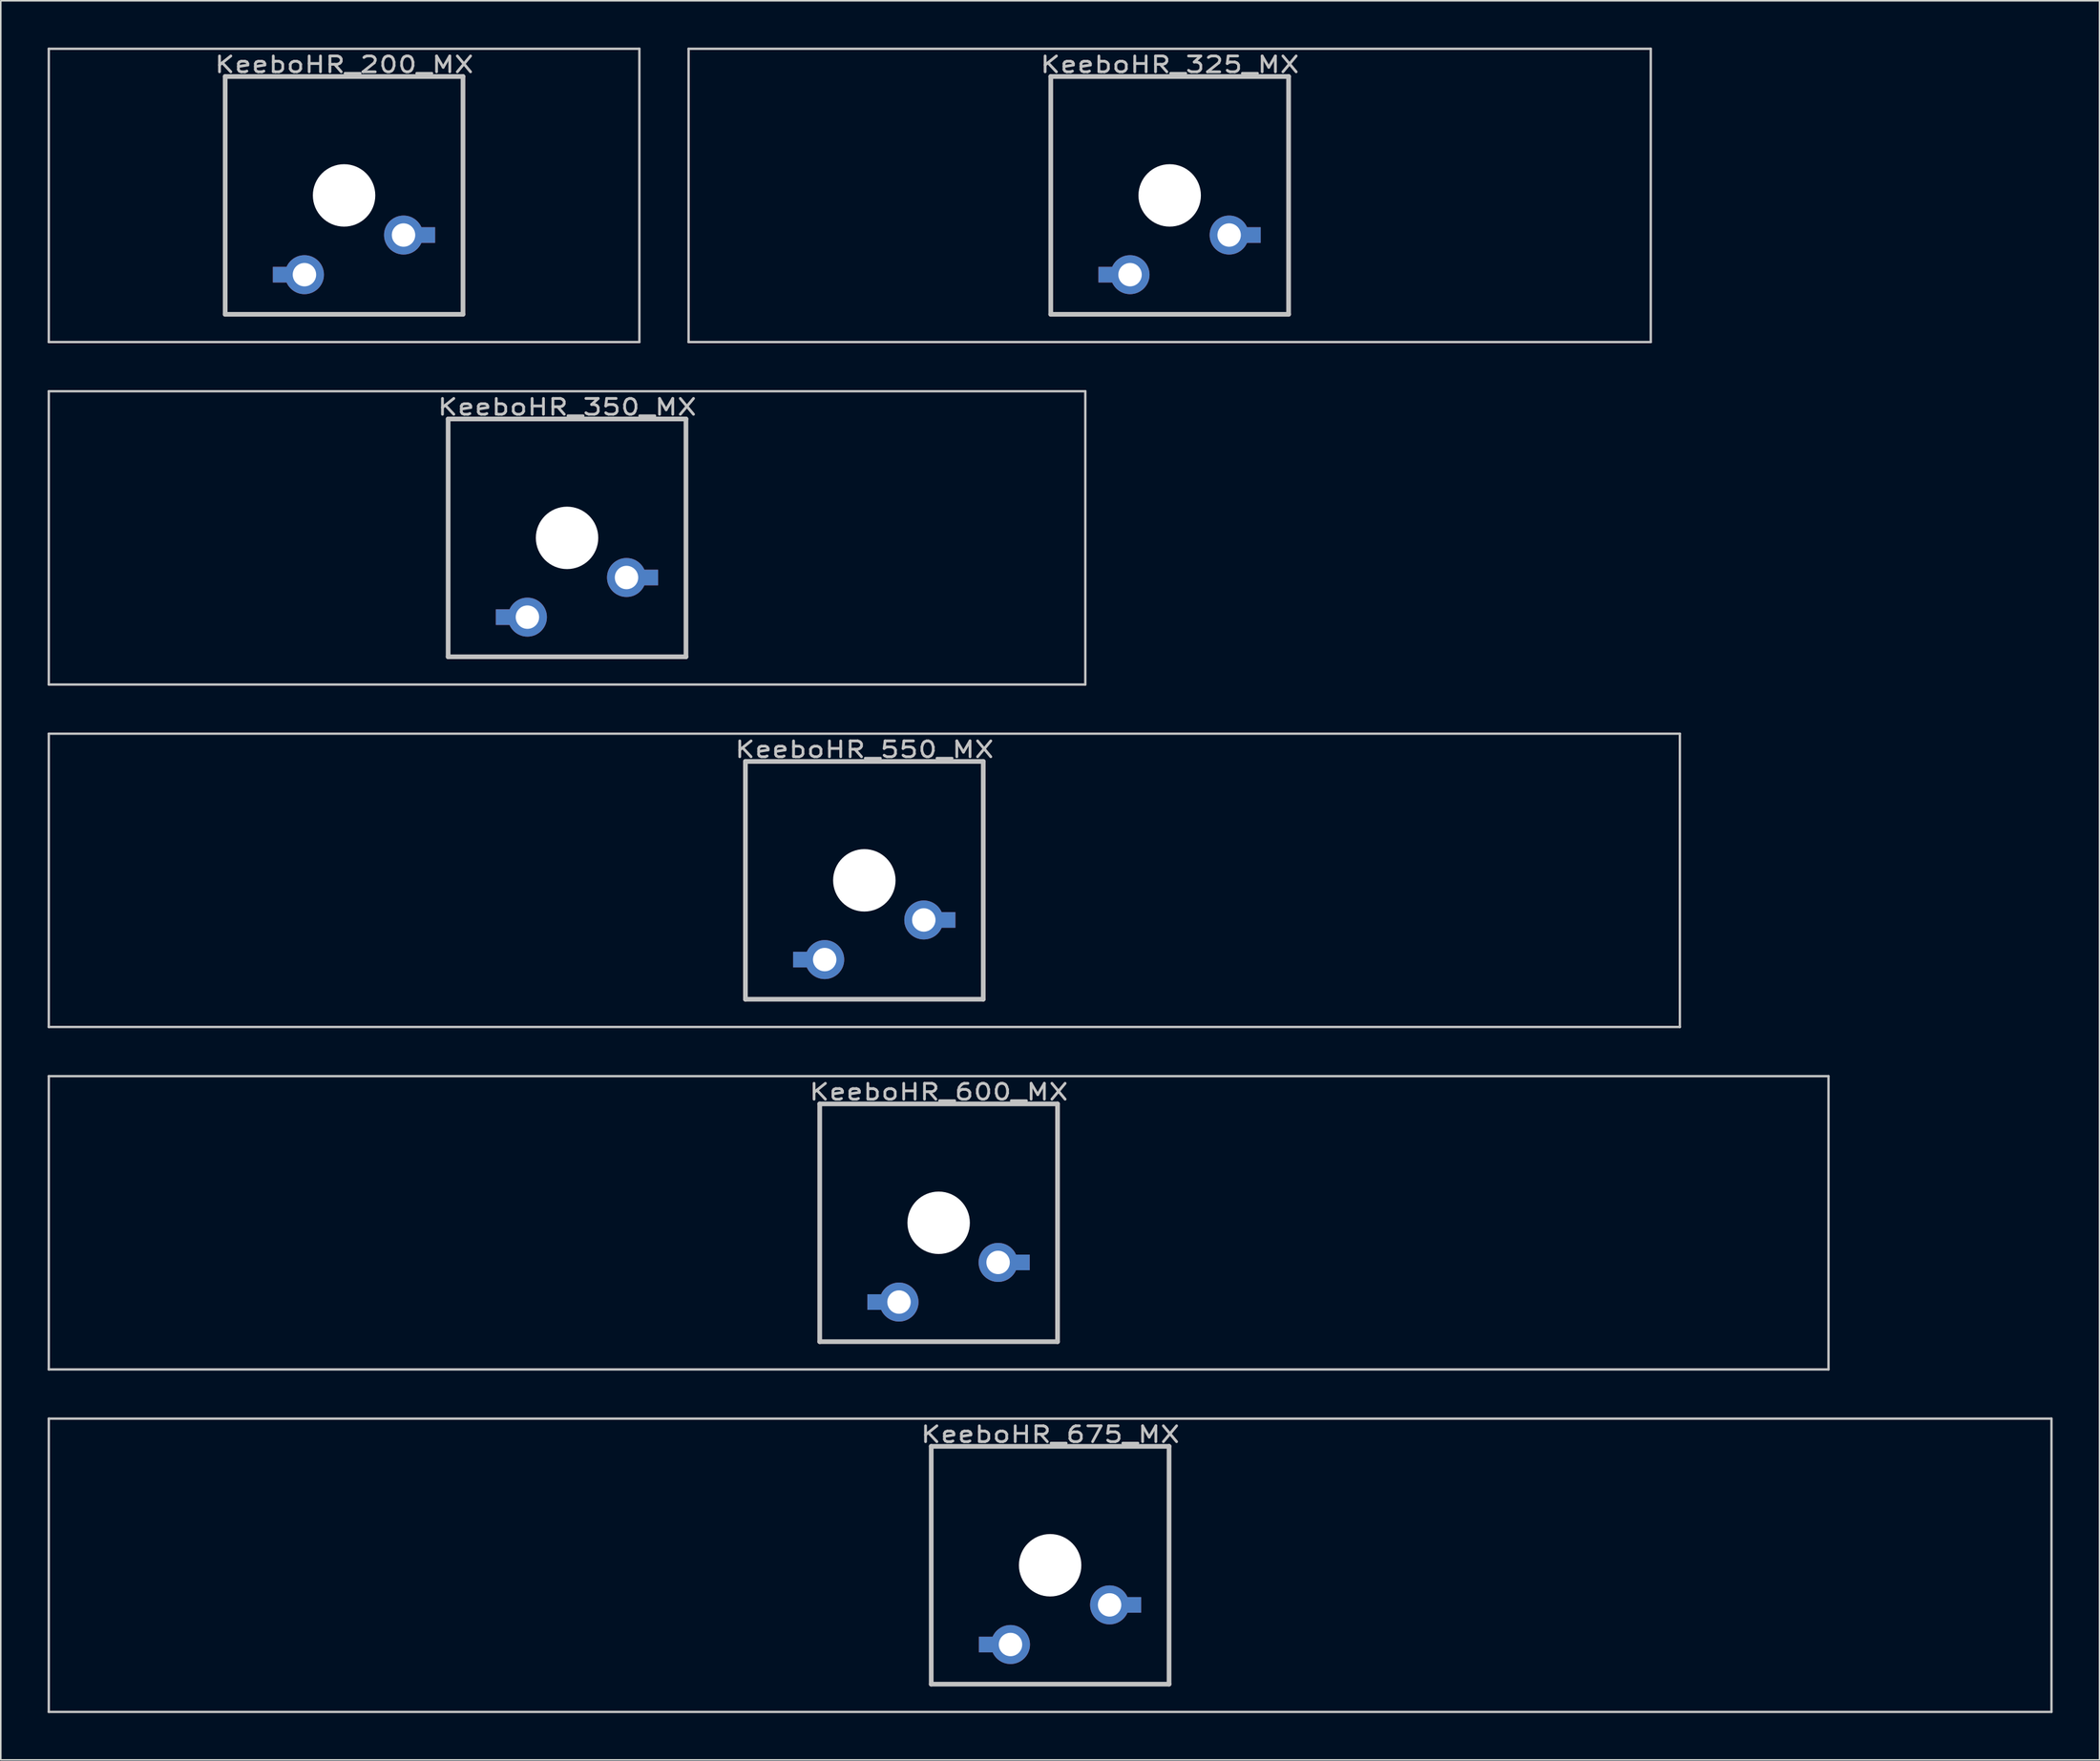
<source format=kicad_pcb>
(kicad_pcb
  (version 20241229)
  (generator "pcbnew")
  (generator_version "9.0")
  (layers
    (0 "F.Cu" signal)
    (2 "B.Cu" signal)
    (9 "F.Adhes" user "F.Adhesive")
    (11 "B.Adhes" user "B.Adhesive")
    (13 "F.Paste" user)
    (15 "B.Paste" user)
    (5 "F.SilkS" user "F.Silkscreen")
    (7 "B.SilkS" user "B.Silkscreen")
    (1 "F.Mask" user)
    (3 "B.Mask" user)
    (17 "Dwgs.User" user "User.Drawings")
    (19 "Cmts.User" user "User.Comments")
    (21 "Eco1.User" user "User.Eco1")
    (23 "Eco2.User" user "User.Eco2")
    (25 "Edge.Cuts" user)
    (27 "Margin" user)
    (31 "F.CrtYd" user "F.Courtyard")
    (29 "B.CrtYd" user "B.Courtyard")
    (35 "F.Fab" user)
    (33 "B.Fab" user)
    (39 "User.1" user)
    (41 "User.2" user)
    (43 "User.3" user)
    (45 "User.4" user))
  (footprint "KeeboHR_200_MX"
    (layer "F.Cu")
    (at 18.999 9.474)
    (property "Reference" "KeeboHR_200_MX" (at 0 -8.382 0) (layer "Dwgs.User") (effects (font (size 1.016 1.27) (thickness 0.178))))
    (attr through_hole)
    (fp_line (start -18.923 -9.398) (end 18.923 -9.398) (stroke (width 0.152) (type solid)) (layer "Dwgs.User"))
    (fp_line (start -18.923 9.398) (end -18.923 -9.398) (stroke (width 0.152) (type solid)) (layer "Dwgs.User"))
    (fp_line (start -7.62 -7.62) (end 7.62 -7.62) (stroke (width 0.3) (type solid)) (layer "Dwgs.User"))
    (fp_line (start -7.62 7.62) (end -7.62 -7.62) (stroke (width 0.3) (type solid)) (layer "Dwgs.User"))
    (fp_line (start 7.62 -7.62) (end 7.62 7.62) (stroke (width 0.3) (type solid)) (layer "Dwgs.User"))
    (fp_line (start 7.62 7.62) (end -7.62 7.62) (stroke (width 0.3) (type solid)) (layer "Dwgs.User"))
    (fp_line (start 18.923 -9.398) (end 18.923 9.398) (stroke (width 0.152) (type solid)) (layer "Dwgs.User"))
    (fp_line (start 18.923 9.398) (end -18.923 9.398) (stroke (width 0.152) (type solid)) (layer "Dwgs.User"))
    (pad "" np_thru_hole circle (at 0 0) (size 4 4) (drill 4) (layers "*.Cu" "*.Mask"))
    (pad "1" thru_hole circle (at 3.81 2.54) (size 2.5 2.5) (drill 1.5) (layers "*.Cu" "*.Mask"))
    (pad "1" smd rect (at 5.334 2.54) (size 1 1) (layers "*.Cu" "*.Mask"))
    (pad "2" smd rect (at -4.064 5.08) (size 1 1) (layers "*.Cu" "*.Mask"))
    (pad "2" thru_hole circle (at -2.54 5.08) (size 2.5 2.5) (drill 1.5) (layers "*.Cu" "*.Mask")))
  (footprint "KeeboHR_325_MX"
    (layer "F.Cu")
    (at 71.904 9.474)
    (property "Reference" "KeeboHR_325_MX" (at 0 -8.382 0) (layer "Dwgs.User") (effects (font (size 1.016 1.27) (thickness 0.178))))
    (attr through_hole)
    (fp_line (start -30.829 -9.398) (end 30.829 -9.398) (stroke (width 0.152) (type solid)) (layer "Dwgs.User"))
    (fp_line (start -30.829 9.398) (end -30.829 -9.398) (stroke (width 0.152) (type solid)) (layer "Dwgs.User"))
    (fp_line (start -7.62 -7.62) (end 7.62 -7.62) (stroke (width 0.3) (type solid)) (layer "Dwgs.User"))
    (fp_line (start -7.62 7.62) (end -7.62 -7.62) (stroke (width 0.3) (type solid)) (layer "Dwgs.User"))
    (fp_line (start 7.62 -7.62) (end 7.62 7.62) (stroke (width 0.3) (type solid)) (layer "Dwgs.User"))
    (fp_line (start 7.62 7.62) (end -7.62 7.62) (stroke (width 0.3) (type solid)) (layer "Dwgs.User"))
    (fp_line (start 30.829 -9.398) (end 30.829 9.398) (stroke (width 0.152) (type solid)) (layer "Dwgs.User"))
    (fp_line (start 30.829 9.398) (end -30.829 9.398) (stroke (width 0.152) (type solid)) (layer "Dwgs.User"))
    (pad "" np_thru_hole circle (at 0 0) (size 4 4) (drill 4) (layers "*.Cu" "*.Mask"))
    (pad "1" thru_hole circle (at 3.81 2.54) (size 2.5 2.5) (drill 1.5) (layers "*.Cu" "*.Mask"))
    (pad "1" smd rect (at 5.334 2.54) (size 1 1) (layers "*.Cu" "*.Mask"))
    (pad "2" smd rect (at -4.064 5.08) (size 1 1) (layers "*.Cu" "*.Mask"))
    (pad "2" thru_hole circle (at -2.54 5.08) (size 2.5 2.5) (drill 1.5) (layers "*.Cu" "*.Mask")))
  (footprint "KeeboHR_350_MX"
    (layer "F.Cu")
    (at 33.287 31.423)
    (property "Reference" "KeeboHR_350_MX" (at 0 -8.382 0) (layer "Dwgs.User") (effects (font (size 1.016 1.27) (thickness 0.178))))
    (attr through_hole)
    (fp_line (start -33.211 -9.398) (end 33.211 -9.398) (stroke (width 0.152) (type solid)) (layer "Dwgs.User"))
    (fp_line (start -33.211 9.398) (end -33.211 -9.398) (stroke (width 0.152) (type solid)) (layer "Dwgs.User"))
    (fp_line (start -7.62 -7.62) (end 7.62 -7.62) (stroke (width 0.3) (type solid)) (layer "Dwgs.User"))
    (fp_line (start -7.62 7.62) (end -7.62 -7.62) (stroke (width 0.3) (type solid)) (layer "Dwgs.User"))
    (fp_line (start 7.62 -7.62) (end 7.62 7.62) (stroke (width 0.3) (type solid)) (layer "Dwgs.User"))
    (fp_line (start 7.62 7.62) (end -7.62 7.62) (stroke (width 0.3) (type solid)) (layer "Dwgs.User"))
    (fp_line (start 33.211 -9.398) (end 33.211 9.398) (stroke (width 0.152) (type solid)) (layer "Dwgs.User"))
    (fp_line (start 33.211 9.398) (end -33.211 9.398) (stroke (width 0.152) (type solid)) (layer "Dwgs.User"))
    (pad "" np_thru_hole circle (at 0 0) (size 4 4) (drill 4) (layers "*.Cu" "*.Mask"))
    (pad "1" thru_hole circle (at 3.81 2.54) (size 2.5 2.5) (drill 1.5) (layers "*.Cu" "*.Mask"))
    (pad "1" smd rect (at 5.334 2.54) (size 1 1) (layers "*.Cu" "*.Mask"))
    (pad "2" smd rect (at -4.064 5.08) (size 1 1) (layers "*.Cu" "*.Mask"))
    (pad "2" thru_hole circle (at -2.54 5.08) (size 2.5 2.5) (drill 1.5) (layers "*.Cu" "*.Mask")))
  (footprint "KeeboHR_675_MX"
    (layer "F.Cu")
    (at 64.243 97.268)
    (property "Reference" "KeeboHR_675_MX" (at 0 -8.382 0) (layer "Dwgs.User") (effects (font (size 1.016 1.27) (thickness 0.178))))
    (attr through_hole)
    (fp_line (start -64.167 -9.398) (end 64.167 -9.398) (stroke (width 0.152) (type solid)) (layer "Dwgs.User"))
    (fp_line (start -64.167 9.398) (end -64.167 -9.398) (stroke (width 0.152) (type solid)) (layer "Dwgs.User"))
    (fp_line (start -7.62 -7.62) (end 7.62 -7.62) (stroke (width 0.3) (type solid)) (layer "Dwgs.User"))
    (fp_line (start -7.62 7.62) (end -7.62 -7.62) (stroke (width 0.3) (type solid)) (layer "Dwgs.User"))
    (fp_line (start 7.62 -7.62) (end 7.62 7.62) (stroke (width 0.3) (type solid)) (layer "Dwgs.User"))
    (fp_line (start 7.62 7.62) (end -7.62 7.62) (stroke (width 0.3) (type solid)) (layer "Dwgs.User"))
    (fp_line (start 64.167 -9.398) (end 64.167 9.398) (stroke (width 0.152) (type solid)) (layer "Dwgs.User"))
    (fp_line (start 64.167 9.398) (end -64.167 9.398) (stroke (width 0.152) (type solid)) (layer "Dwgs.User"))
    (pad "" np_thru_hole circle (at 0 0) (size 4 4) (drill 4) (layers "*.Cu" "*.Mask"))
    (pad "1" thru_hole circle (at 3.81 2.54) (size 2.5 2.5) (drill 1.5) (layers "*.Cu" "*.Mask"))
    (pad "1" smd rect (at 5.334 2.54) (size 1 1) (layers "*.Cu" "*.Mask"))
    (pad "2" smd rect (at -4.064 5.08) (size 1 1) (layers "*.Cu" "*.Mask"))
    (pad "2" thru_hole circle (at -2.54 5.08) (size 2.5 2.5) (drill 1.5) (layers "*.Cu" "*.Mask")))
  (footprint "KeeboHR_550_MX"
    (layer "F.Cu")
    (at 52.337 53.371)
    (property "Reference" "KeeboHR_550_MX" (at 0 -8.382 0) (layer "Dwgs.User") (effects (font (size 1.016 1.27) (thickness 0.178))))
    (attr through_hole)
    (fp_line (start -52.261 -9.398) (end 52.261 -9.398) (stroke (width 0.152) (type solid)) (layer "Dwgs.User"))
    (fp_line (start -52.261 9.398) (end -52.261 -9.398) (stroke (width 0.152) (type solid)) (layer "Dwgs.User"))
    (fp_line (start -7.62 -7.62) (end 7.62 -7.62) (stroke (width 0.3) (type solid)) (layer "Dwgs.User"))
    (fp_line (start -7.62 7.62) (end -7.62 -7.62) (stroke (width 0.3) (type solid)) (layer "Dwgs.User"))
    (fp_line (start 7.62 -7.62) (end 7.62 7.62) (stroke (width 0.3) (type solid)) (layer "Dwgs.User"))
    (fp_line (start 7.62 7.62) (end -7.62 7.62) (stroke (width 0.3) (type solid)) (layer "Dwgs.User"))
    (fp_line (start 52.261 -9.398) (end 52.261 9.398) (stroke (width 0.152) (type solid)) (layer "Dwgs.User"))
    (fp_line (start 52.261 9.398) (end -52.261 9.398) (stroke (width 0.152) (type solid)) (layer "Dwgs.User"))
    (pad "" np_thru_hole circle (at 0 0) (size 4 4) (drill 4) (layers "*.Cu" "*.Mask"))
    (pad "1" thru_hole circle (at 3.81 2.54) (size 2.5 2.5) (drill 1.5) (layers "*.Cu" "*.Mask"))
    (pad "1" smd rect (at 5.334 2.54) (size 1 1) (layers "*.Cu" "*.Mask"))
    (pad "2" smd rect (at -4.064 5.08) (size 1 1) (layers "*.Cu" "*.Mask"))
    (pad "2" thru_hole circle (at -2.54 5.08) (size 2.5 2.5) (drill 1.5) (layers "*.Cu" "*.Mask")))
  (footprint "KeeboHR_600_MX"
    (layer "F.Cu")
    (at 57.099 75.319)
    (property "Reference" "KeeboHR_600_MX" (at 0 -8.382 0) (layer "Dwgs.User") (effects (font (size 1.016 1.27) (thickness 0.178))))
    (attr through_hole)
    (fp_line (start -57.023 -9.398) (end 57.023 -9.398) (stroke (width 0.152) (type solid)) (layer "Dwgs.User"))
    (fp_line (start -57.023 9.398) (end -57.023 -9.398) (stroke (width 0.152) (type solid)) (layer "Dwgs.User"))
    (fp_line (start -7.62 -7.62) (end 7.62 -7.62) (stroke (width 0.3) (type solid)) (layer "Dwgs.User"))
    (fp_line (start -7.62 7.62) (end -7.62 -7.62) (stroke (width 0.3) (type solid)) (layer "Dwgs.User"))
    (fp_line (start 7.62 -7.62) (end 7.62 7.62) (stroke (width 0.3) (type solid)) (layer "Dwgs.User"))
    (fp_line (start 7.62 7.62) (end -7.62 7.62) (stroke (width 0.3) (type solid)) (layer "Dwgs.User"))
    (fp_line (start 57.023 -9.398) (end 57.023 9.398) (stroke (width 0.152) (type solid)) (layer "Dwgs.User"))
    (fp_line (start 57.023 9.398) (end -57.023 9.398) (stroke (width 0.152) (type solid)) (layer "Dwgs.User"))
    (pad "" np_thru_hole circle (at 0 0) (size 4 4) (drill 4) (layers "*.Cu" "*.Mask"))
    (pad "1" thru_hole circle (at 3.81 2.54) (size 2.5 2.5) (drill 1.5) (layers "*.Cu" "*.Mask"))
    (pad "1" smd rect (at 5.334 2.54) (size 1 1) (layers "*.Cu" "*.Mask"))
    (pad "2" smd rect (at -4.064 5.08) (size 1 1) (layers "*.Cu" "*.Mask"))
    (pad "2" thru_hole circle (at -2.54 5.08) (size 2.5 2.5) (drill 1.5) (layers "*.Cu" "*.Mask")))
  (gr_rect
    (start -3 -3)
    (end 131.486 109.742)
    (stroke (width 0.1) (type default))
    (fill no)
    (layer "Edge.Cuts")))
</source>
